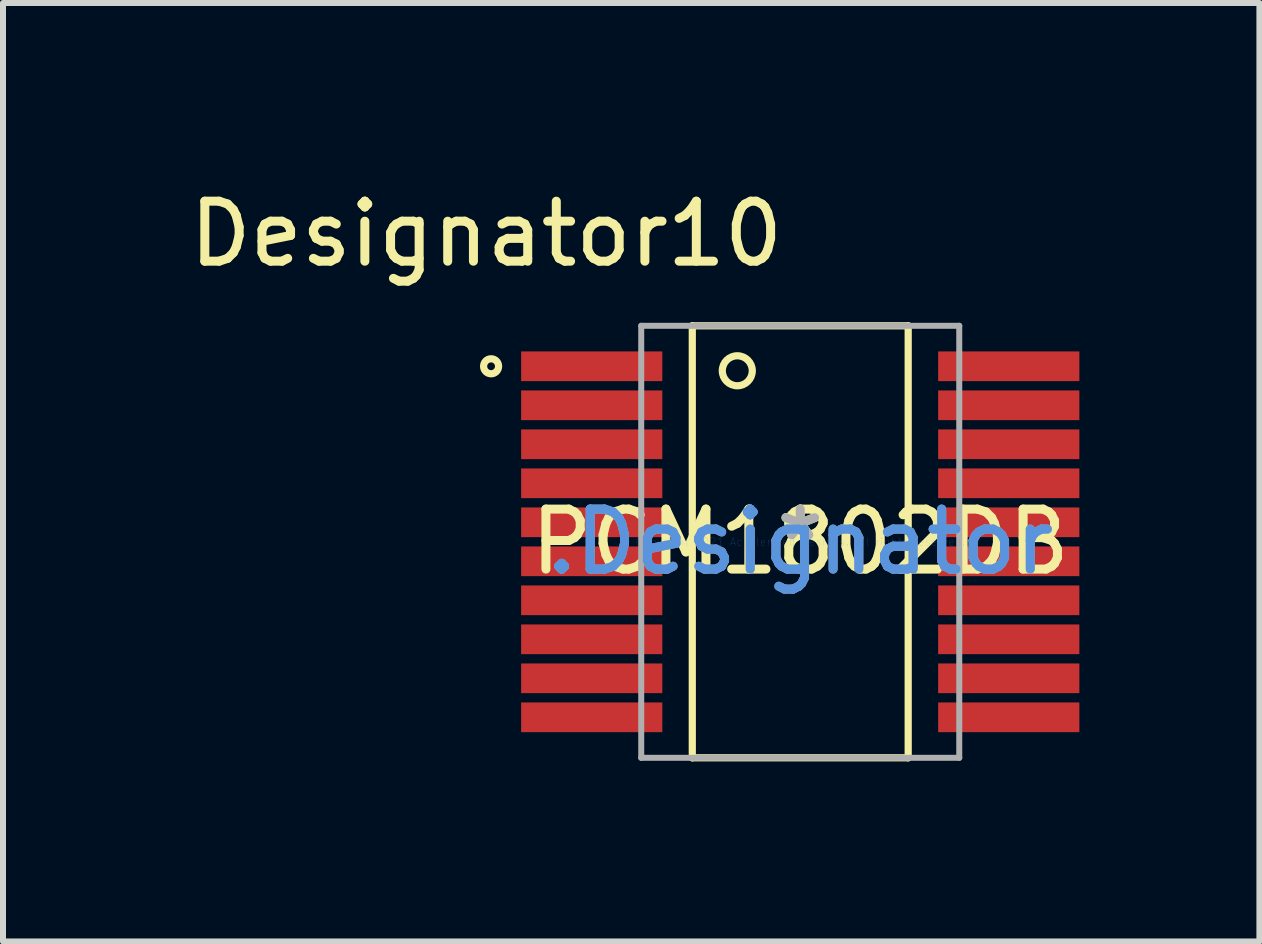
<source format=kicad_pcb>
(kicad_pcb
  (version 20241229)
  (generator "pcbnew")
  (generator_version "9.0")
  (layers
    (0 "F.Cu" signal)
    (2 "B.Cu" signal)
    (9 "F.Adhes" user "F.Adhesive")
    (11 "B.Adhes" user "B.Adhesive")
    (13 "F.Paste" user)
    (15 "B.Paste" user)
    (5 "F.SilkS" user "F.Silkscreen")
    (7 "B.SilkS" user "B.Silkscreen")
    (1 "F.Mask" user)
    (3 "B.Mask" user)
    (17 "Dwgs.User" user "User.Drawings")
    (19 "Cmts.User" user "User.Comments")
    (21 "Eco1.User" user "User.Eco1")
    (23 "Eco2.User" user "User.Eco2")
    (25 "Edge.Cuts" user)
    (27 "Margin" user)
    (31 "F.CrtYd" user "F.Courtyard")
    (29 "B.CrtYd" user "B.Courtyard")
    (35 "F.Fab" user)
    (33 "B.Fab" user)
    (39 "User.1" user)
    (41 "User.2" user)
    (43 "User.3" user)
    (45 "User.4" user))
  (footprint "PCM1802DB"
    (layer "F.Cu")
    (at 10.286 5.979)
    (property "Reference" "PCM1802DB" (at 0 0 0) (layer "F.SilkS") (effects (font (size 1 1) (thickness 0.15))))
    (attr through_hole)
    (fp_line (start -1.799 -3.6) (end 1.799 -3.6) (stroke (width 0.12) (type solid)) (layer "F.SilkS"))
    (fp_line (start -1.799 3.6) (end -1.799 -3.6) (stroke (width 0.12) (type solid)) (layer "F.SilkS"))
    (fp_line (start -1.799 3.6) (end 1.799 3.6) (stroke (width 0.12) (type solid)) (layer "F.SilkS"))
    (fp_line (start 1.799 3.6) (end 1.799 -3.6) (stroke (width 0.12) (type solid)) (layer "F.SilkS"))
    (fp_circle (center -5.152 -2.925) (end -5.027 -2.925) (stroke (width 0.12) (type solid)) (fill no) (layer "F.SilkS"))
    (fp_circle (center -1.049 -2.85) (end -0.799 -2.85) (stroke (width 0.12) (type solid)) (fill no) (layer "F.SilkS"))
    (fp_line (start -2.65 -3.6) (end 2.65 -3.6) (stroke (width 0.1) (type solid)) (layer "F.Fab"))
    (fp_line (start -2.65 3.6) (end -2.65 -3.6) (stroke (width 0.1) (type solid)) (layer "F.Fab"))
    (fp_line (start -2.65 3.6) (end 2.65 3.6) (stroke (width 0.1) (type solid)) (layer "F.Fab"))
    (fp_line (start 2.65 3.6) (end 2.65 -3.6) (stroke (width 0.1) (type solid)) (layer "F.Fab"))
    (fp_text user "Designator10" (at -5.232 -5.131 0) (layer "F.SilkS") (effects (font (size 1 1) (thickness 0.15))))
    (fp_text user "*" (at 0 0 0) (layer "F.SilkS") (effects (font (size 1 1) (thickness 0.15))))
    (fp_text user ".Designator" (at 0 0 0) (layer "Cmts.User") (effects (font (size 1 1) (thickness 0.15))))
    (fp_text user "Copyright 2021 Accelerated Designs. All rights reserved." (at 0 0 0) (layer "Cmts.User") (effects (font (size 0.127 0.127) (thickness 0.002))))
    (fp_text user "*" (at 0 0 0) (layer "F.Fab") (effects (font (size 1 1) (thickness 0.15))))
    (fp_text user ".Designator" (at 0 0 0) (layer "F.Fab") (effects (font (size 1 1) (thickness 0.15))))
    (pad "1" smd rect (at -3.475 -2.925) (size 2.353 0.495) (layers "F.Cu" "F.Mask" "F.Paste"))
    (pad "2" smd rect (at -3.475 -2.275) (size 2.353 0.495) (layers "F.Cu" "F.Mask" "F.Paste"))
    (pad "3" smd rect (at -3.475 -1.625) (size 2.353 0.495) (layers "F.Cu" "F.Mask" "F.Paste"))
    (pad "4" smd rect (at -3.475 -0.975) (size 2.353 0.495) (layers "F.Cu" "F.Mask" "F.Paste"))
    (pad "5" smd rect (at -3.475 -0.325) (size 2.353 0.495) (layers "F.Cu" "F.Mask" "F.Paste"))
    (pad "6" smd rect (at -3.475 0.325) (size 2.353 0.495) (layers "F.Cu" "F.Mask" "F.Paste"))
    (pad "7" smd rect (at -3.475 0.975) (size 2.353 0.495) (layers "F.Cu" "F.Mask" "F.Paste"))
    (pad "8" smd rect (at -3.475 1.625) (size 2.353 0.495) (layers "F.Cu" "F.Mask" "F.Paste"))
    (pad "9" smd rect (at -3.475 2.275) (size 2.353 0.495) (layers "F.Cu" "F.Mask" "F.Paste"))
    (pad "10" smd rect (at -3.475 2.925) (size 2.353 0.495) (layers "F.Cu" "F.Mask" "F.Paste"))
    (pad "11" smd rect (at 3.475 2.925) (size 2.353 0.495) (layers "F.Cu" "F.Mask" "F.Paste"))
    (pad "12" smd rect (at 3.475 2.275) (size 2.353 0.495) (layers "F.Cu" "F.Mask" "F.Paste"))
    (pad "13" smd rect (at 3.475 1.625) (size 2.353 0.495) (layers "F.Cu" "F.Mask" "F.Paste"))
    (pad "14" smd rect (at 3.475 0.975) (size 2.353 0.495) (layers "F.Cu" "F.Mask" "F.Paste"))
    (pad "15" smd rect (at 3.475 0.325) (size 2.353 0.495) (layers "F.Cu" "F.Mask" "F.Paste"))
    (pad "16" smd rect (at 3.475 -0.325) (size 2.353 0.495) (layers "F.Cu" "F.Mask" "F.Paste"))
    (pad "17" smd rect (at 3.475 -0.975) (size 2.353 0.495) (layers "F.Cu" "F.Mask" "F.Paste"))
    (pad "18" smd rect (at 3.475 -1.625) (size 2.353 0.495) (layers "F.Cu" "F.Mask" "F.Paste"))
    (pad "19" smd rect (at 3.475 -2.275) (size 2.353 0.495) (layers "F.Cu" "F.Mask" "F.Paste"))
    (pad "20" smd rect (at 3.475 -2.925) (size 2.353 0.495) (layers "F.Cu" "F.Mask" "F.Paste")))
  (gr_rect
    (start -3 -3)
    (end 17.938 12.639)
    (stroke (width 0.1) (type default))
    (fill no)
    (layer "Edge.Cuts")))
</source>
